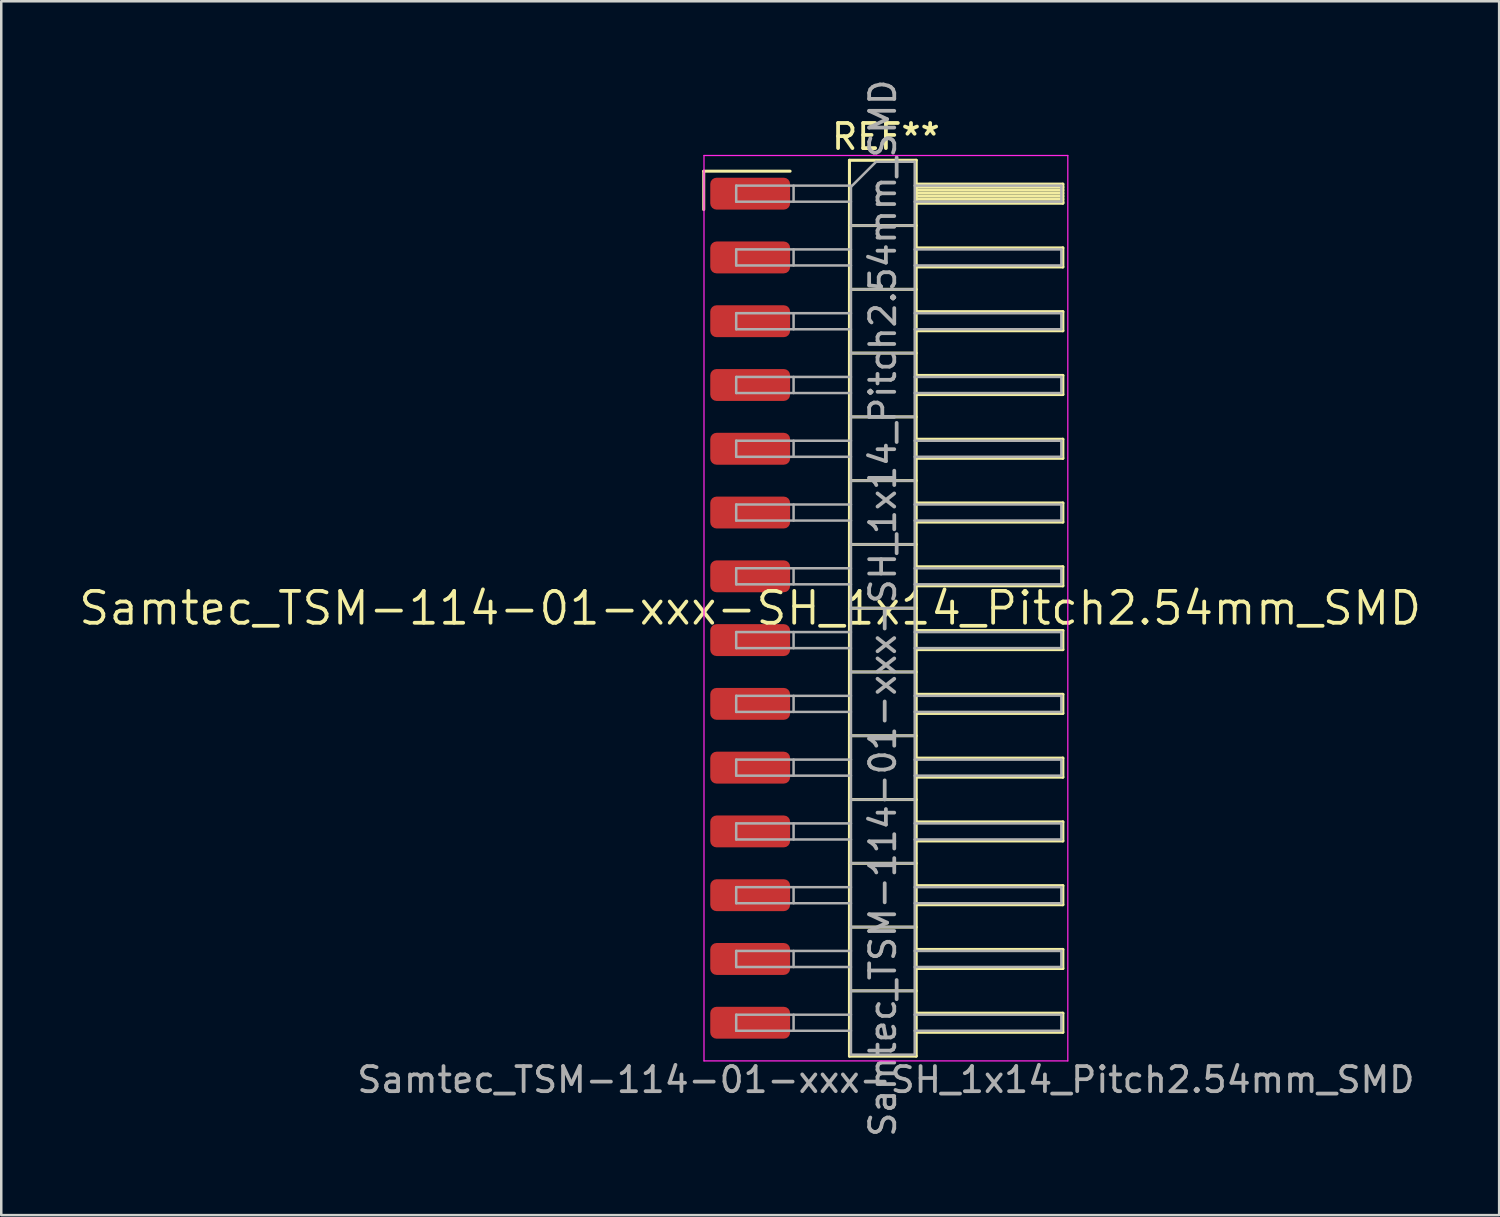
<source format=kicad_pcb>
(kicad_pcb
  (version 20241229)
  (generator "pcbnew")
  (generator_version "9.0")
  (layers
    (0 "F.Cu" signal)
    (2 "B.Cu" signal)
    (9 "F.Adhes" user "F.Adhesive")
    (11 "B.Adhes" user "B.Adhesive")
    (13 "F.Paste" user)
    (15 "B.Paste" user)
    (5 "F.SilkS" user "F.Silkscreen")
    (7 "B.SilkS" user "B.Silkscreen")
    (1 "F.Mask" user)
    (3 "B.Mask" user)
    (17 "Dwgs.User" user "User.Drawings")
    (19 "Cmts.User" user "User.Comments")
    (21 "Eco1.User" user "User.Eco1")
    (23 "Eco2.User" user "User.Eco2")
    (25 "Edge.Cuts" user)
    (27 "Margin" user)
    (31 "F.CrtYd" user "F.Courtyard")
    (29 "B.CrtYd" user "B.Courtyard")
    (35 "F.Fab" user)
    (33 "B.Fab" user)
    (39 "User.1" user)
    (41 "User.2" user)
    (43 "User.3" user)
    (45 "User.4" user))
  (footprint "Samtec_TSM-114-01-xxx-SH_1x14_Pitch2.54mm_SMD"
    (layer "F.Cu")
    (at 26.828 21.173)
    (property "Reference" "Samtec_TSM-114-01-xxx-SH_1x14_Pitch2.54mm_SMD" (at 0 0 0) (layer "F.SilkS") (effects (font (size 1.27 1.27) (thickness 0.15))))
    (attr smd)
    (fp_line (start -1.85 -17.405) (end 1.59 -17.405) (stroke (width 0.12) (type solid)) (layer "F.SilkS"))
    (fp_line (start -1.85 -15.875) (end -1.85 -17.405) (stroke (width 0.12) (type solid)) (layer "F.SilkS"))
    (fp_line (start 3.953 -17.84) (end 6.613 -17.84) (stroke (width 0.12) (type solid)) (layer "F.SilkS"))
    (fp_line (start 3.953 -15.24) (end 6.613 -15.24) (stroke (width 0.12) (type solid)) (layer "F.SilkS"))
    (fp_line (start 3.953 -12.7) (end 6.613 -12.7) (stroke (width 0.12) (type solid)) (layer "F.SilkS"))
    (fp_line (start 3.953 -10.16) (end 6.613 -10.16) (stroke (width 0.12) (type solid)) (layer "F.SilkS"))
    (fp_line (start 3.953 -7.62) (end 6.613 -7.62) (stroke (width 0.12) (type solid)) (layer "F.SilkS"))
    (fp_line (start 3.953 -5.08) (end 6.613 -5.08) (stroke (width 0.12) (type solid)) (layer "F.SilkS"))
    (fp_line (start 3.953 -2.54) (end 6.613 -2.54) (stroke (width 0.12) (type solid)) (layer "F.SilkS"))
    (fp_line (start 3.953 0) (end 6.613 0) (stroke (width 0.12) (type solid)) (layer "F.SilkS"))
    (fp_line (start 3.953 2.54) (end 6.613 2.54) (stroke (width 0.12) (type solid)) (layer "F.SilkS"))
    (fp_line (start 3.953 5.08) (end 6.613 5.08) (stroke (width 0.12) (type solid)) (layer "F.SilkS"))
    (fp_line (start 3.953 7.62) (end 6.613 7.62) (stroke (width 0.12) (type solid)) (layer "F.SilkS"))
    (fp_line (start 3.953 10.16) (end 6.613 10.16) (stroke (width 0.12) (type solid)) (layer "F.SilkS"))
    (fp_line (start 3.953 12.7) (end 6.613 12.7) (stroke (width 0.12) (type solid)) (layer "F.SilkS"))
    (fp_line (start 3.953 15.24) (end 6.613 15.24) (stroke (width 0.12) (type solid)) (layer "F.SilkS"))
    (fp_line (start 3.953 17.84) (end 3.953 -17.84) (stroke (width 0.12) (type solid)) (layer "F.SilkS"))
    (fp_line (start 6.613 -17.84) (end 6.613 17.84) (stroke (width 0.12) (type solid)) (layer "F.SilkS"))
    (fp_line (start 6.613 -16.89) (end 12.453 -16.89) (stroke (width 0.12) (type solid)) (layer "F.SilkS"))
    (fp_line (start 6.613 -16.77) (end 12.453 -16.77) (stroke (width 0.12) (type solid)) (layer "F.SilkS"))
    (fp_line (start 6.613 -16.65) (end 12.453 -16.65) (stroke (width 0.12) (type solid)) (layer "F.SilkS"))
    (fp_line (start 6.613 -16.53) (end 12.453 -16.53) (stroke (width 0.12) (type solid)) (layer "F.SilkS"))
    (fp_line (start 6.613 -16.41) (end 12.453 -16.41) (stroke (width 0.12) (type solid)) (layer "F.SilkS"))
    (fp_line (start 6.613 -16.29) (end 12.453 -16.29) (stroke (width 0.12) (type solid)) (layer "F.SilkS"))
    (fp_line (start 6.613 -16.17) (end 12.453 -16.17) (stroke (width 0.12) (type solid)) (layer "F.SilkS"))
    (fp_line (start 6.613 -16.13) (end 12.453 -16.13) (stroke (width 0.12) (type solid)) (layer "F.SilkS"))
    (fp_line (start 6.613 -14.35) (end 12.453 -14.35) (stroke (width 0.12) (type solid)) (layer "F.SilkS"))
    (fp_line (start 6.613 -13.59) (end 12.453 -13.59) (stroke (width 0.12) (type solid)) (layer "F.SilkS"))
    (fp_line (start 6.613 -11.81) (end 12.453 -11.81) (stroke (width 0.12) (type solid)) (layer "F.SilkS"))
    (fp_line (start 6.613 -11.05) (end 12.453 -11.05) (stroke (width 0.12) (type solid)) (layer "F.SilkS"))
    (fp_line (start 6.613 -9.27) (end 12.453 -9.27) (stroke (width 0.12) (type solid)) (layer "F.SilkS"))
    (fp_line (start 6.613 -8.51) (end 12.453 -8.51) (stroke (width 0.12) (type solid)) (layer "F.SilkS"))
    (fp_line (start 6.613 -6.73) (end 12.453 -6.73) (stroke (width 0.12) (type solid)) (layer "F.SilkS"))
    (fp_line (start 6.613 -5.97) (end 12.453 -5.97) (stroke (width 0.12) (type solid)) (layer "F.SilkS"))
    (fp_line (start 6.613 -4.19) (end 12.453 -4.19) (stroke (width 0.12) (type solid)) (layer "F.SilkS"))
    (fp_line (start 6.613 -3.43) (end 12.453 -3.43) (stroke (width 0.12) (type solid)) (layer "F.SilkS"))
    (fp_line (start 6.613 -1.65) (end 12.453 -1.65) (stroke (width 0.12) (type solid)) (layer "F.SilkS"))
    (fp_line (start 6.613 -0.89) (end 12.453 -0.89) (stroke (width 0.12) (type solid)) (layer "F.SilkS"))
    (fp_line (start 6.613 0.89) (end 12.453 0.89) (stroke (width 0.12) (type solid)) (layer "F.SilkS"))
    (fp_line (start 6.613 1.65) (end 12.453 1.65) (stroke (width 0.12) (type solid)) (layer "F.SilkS"))
    (fp_line (start 6.613 3.43) (end 12.453 3.43) (stroke (width 0.12) (type solid)) (layer "F.SilkS"))
    (fp_line (start 6.613 4.19) (end 12.453 4.19) (stroke (width 0.12) (type solid)) (layer "F.SilkS"))
    (fp_line (start 6.613 5.97) (end 12.453 5.97) (stroke (width 0.12) (type solid)) (layer "F.SilkS"))
    (fp_line (start 6.613 6.73) (end 12.453 6.73) (stroke (width 0.12) (type solid)) (layer "F.SilkS"))
    (fp_line (start 6.613 8.51) (end 12.453 8.51) (stroke (width 0.12) (type solid)) (layer "F.SilkS"))
    (fp_line (start 6.613 9.27) (end 12.453 9.27) (stroke (width 0.12) (type solid)) (layer "F.SilkS"))
    (fp_line (start 6.613 11.05) (end 12.453 11.05) (stroke (width 0.12) (type solid)) (layer "F.SilkS"))
    (fp_line (start 6.613 11.81) (end 12.453 11.81) (stroke (width 0.12) (type solid)) (layer "F.SilkS"))
    (fp_line (start 6.613 13.59) (end 12.453 13.59) (stroke (width 0.12) (type solid)) (layer "F.SilkS"))
    (fp_line (start 6.613 14.35) (end 12.453 14.35) (stroke (width 0.12) (type solid)) (layer "F.SilkS"))
    (fp_line (start 6.613 16.13) (end 12.453 16.13) (stroke (width 0.12) (type solid)) (layer "F.SilkS"))
    (fp_line (start 6.613 16.89) (end 12.453 16.89) (stroke (width 0.12) (type solid)) (layer "F.SilkS"))
    (fp_line (start 6.613 17.84) (end 3.953 17.84) (stroke (width 0.12) (type solid)) (layer "F.SilkS"))
    (fp_line (start 12.453 -16.89) (end 12.453 -16.13) (stroke (width 0.12) (type solid)) (layer "F.SilkS"))
    (fp_line (start 12.453 -14.35) (end 12.453 -13.59) (stroke (width 0.12) (type solid)) (layer "F.SilkS"))
    (fp_line (start 12.453 -11.81) (end 12.453 -11.05) (stroke (width 0.12) (type solid)) (layer "F.SilkS"))
    (fp_line (start 12.453 -9.27) (end 12.453 -8.51) (stroke (width 0.12) (type solid)) (layer "F.SilkS"))
    (fp_line (start 12.453 -6.73) (end 12.453 -5.97) (stroke (width 0.12) (type solid)) (layer "F.SilkS"))
    (fp_line (start 12.453 -4.19) (end 12.453 -3.43) (stroke (width 0.12) (type solid)) (layer "F.SilkS"))
    (fp_line (start 12.453 -1.65) (end 12.453 -0.89) (stroke (width 0.12) (type solid)) (layer "F.SilkS"))
    (fp_line (start 12.453 0.89) (end 12.453 1.65) (stroke (width 0.12) (type solid)) (layer "F.SilkS"))
    (fp_line (start 12.453 3.43) (end 12.453 4.19) (stroke (width 0.12) (type solid)) (layer "F.SilkS"))
    (fp_line (start 12.453 5.97) (end 12.453 6.73) (stroke (width 0.12) (type solid)) (layer "F.SilkS"))
    (fp_line (start 12.453 8.51) (end 12.453 9.27) (stroke (width 0.12) (type solid)) (layer "F.SilkS"))
    (fp_line (start 12.453 11.05) (end 12.453 11.81) (stroke (width 0.12) (type solid)) (layer "F.SilkS"))
    (fp_line (start 12.453 13.59) (end 12.453 14.35) (stroke (width 0.12) (type solid)) (layer "F.SilkS"))
    (fp_line (start 12.453 16.13) (end 12.453 16.89) (stroke (width 0.12) (type solid)) (layer "F.SilkS"))
    (fp_line (start -1.84 -18.03) (end 12.65 -18.03) (stroke (width 0.05) (type solid)) (layer "F.CrtYd"))
    (fp_line (start -1.84 18.03) (end -1.84 -18.03) (stroke (width 0.05) (type solid)) (layer "F.CrtYd"))
    (fp_line (start 12.65 -18.03) (end 12.65 18.03) (stroke (width 0.05) (type solid)) (layer "F.CrtYd"))
    (fp_line (start 12.65 18.03) (end -1.84 18.03) (stroke (width 0.05) (type solid)) (layer "F.CrtYd"))
    (fp_line (start -0.557 -16.83) (end -0.557 -16.19) (stroke (width 0.1) (type solid)) (layer "F.Fab"))
    (fp_line (start -0.557 -16.83) (end 4.013 -16.83) (stroke (width 0.1) (type solid)) (layer "F.Fab"))
    (fp_line (start -0.557 -16.19) (end 4.013 -16.19) (stroke (width 0.1) (type solid)) (layer "F.Fab"))
    (fp_line (start -0.557 -14.29) (end -0.557 -13.65) (stroke (width 0.1) (type solid)) (layer "F.Fab"))
    (fp_line (start -0.557 -14.29) (end 4.013 -14.29) (stroke (width 0.1) (type solid)) (layer "F.Fab"))
    (fp_line (start -0.557 -13.65) (end 4.013 -13.65) (stroke (width 0.1) (type solid)) (layer "F.Fab"))
    (fp_line (start -0.557 -11.75) (end -0.557 -11.11) (stroke (width 0.1) (type solid)) (layer "F.Fab"))
    (fp_line (start -0.557 -11.75) (end 4.013 -11.75) (stroke (width 0.1) (type solid)) (layer "F.Fab"))
    (fp_line (start -0.557 -11.11) (end 4.013 -11.11) (stroke (width 0.1) (type solid)) (layer "F.Fab"))
    (fp_line (start -0.557 -9.21) (end -0.557 -8.57) (stroke (width 0.1) (type solid)) (layer "F.Fab"))
    (fp_line (start -0.557 -9.21) (end 4.013 -9.21) (stroke (width 0.1) (type solid)) (layer "F.Fab"))
    (fp_line (start -0.557 -8.57) (end 4.013 -8.57) (stroke (width 0.1) (type solid)) (layer "F.Fab"))
    (fp_line (start -0.557 -6.67) (end -0.557 -6.03) (stroke (width 0.1) (type solid)) (layer "F.Fab"))
    (fp_line (start -0.557 -6.67) (end 4.013 -6.67) (stroke (width 0.1) (type solid)) (layer "F.Fab"))
    (fp_line (start -0.557 -6.03) (end 4.013 -6.03) (stroke (width 0.1) (type solid)) (layer "F.Fab"))
    (fp_line (start -0.557 -4.13) (end -0.557 -3.49) (stroke (width 0.1) (type solid)) (layer "F.Fab"))
    (fp_line (start -0.557 -4.13) (end 4.013 -4.13) (stroke (width 0.1) (type solid)) (layer "F.Fab"))
    (fp_line (start -0.557 -3.49) (end 4.013 -3.49) (stroke (width 0.1) (type solid)) (layer "F.Fab"))
    (fp_line (start -0.557 -1.59) (end -0.557 -0.95) (stroke (width 0.1) (type solid)) (layer "F.Fab"))
    (fp_line (start -0.557 -1.59) (end 4.013 -1.59) (stroke (width 0.1) (type solid)) (layer "F.Fab"))
    (fp_line (start -0.557 -0.95) (end 4.013 -0.95) (stroke (width 0.1) (type solid)) (layer "F.Fab"))
    (fp_line (start -0.557 0.95) (end -0.557 1.59) (stroke (width 0.1) (type solid)) (layer "F.Fab"))
    (fp_line (start -0.557 0.95) (end 4.013 0.95) (stroke (width 0.1) (type solid)) (layer "F.Fab"))
    (fp_line (start -0.557 1.59) (end 4.013 1.59) (stroke (width 0.1) (type solid)) (layer "F.Fab"))
    (fp_line (start -0.557 3.49) (end -0.557 4.13) (stroke (width 0.1) (type solid)) (layer "F.Fab"))
    (fp_line (start -0.557 3.49) (end 4.013 3.49) (stroke (width 0.1) (type solid)) (layer "F.Fab"))
    (fp_line (start -0.557 4.13) (end 4.013 4.13) (stroke (width 0.1) (type solid)) (layer "F.Fab"))
    (fp_line (start -0.557 6.03) (end -0.557 6.67) (stroke (width 0.1) (type solid)) (layer "F.Fab"))
    (fp_line (start -0.557 6.03) (end 4.013 6.03) (stroke (width 0.1) (type solid)) (layer "F.Fab"))
    (fp_line (start -0.557 6.67) (end 4.013 6.67) (stroke (width 0.1) (type solid)) (layer "F.Fab"))
    (fp_line (start -0.557 8.57) (end -0.557 9.21) (stroke (width 0.1) (type solid)) (layer "F.Fab"))
    (fp_line (start -0.557 8.57) (end 4.013 8.57) (stroke (width 0.1) (type solid)) (layer "F.Fab"))
    (fp_line (start -0.557 9.21) (end 4.013 9.21) (stroke (width 0.1) (type solid)) (layer "F.Fab"))
    (fp_line (start -0.557 11.11) (end -0.557 11.75) (stroke (width 0.1) (type solid)) (layer "F.Fab"))
    (fp_line (start -0.557 11.11) (end 4.013 11.11) (stroke (width 0.1) (type solid)) (layer "F.Fab"))
    (fp_line (start -0.557 11.75) (end 4.013 11.75) (stroke (width 0.1) (type solid)) (layer "F.Fab"))
    (fp_line (start -0.557 13.65) (end -0.557 14.29) (stroke (width 0.1) (type solid)) (layer "F.Fab"))
    (fp_line (start -0.557 13.65) (end 4.013 13.65) (stroke (width 0.1) (type solid)) (layer "F.Fab"))
    (fp_line (start -0.557 14.29) (end 4.013 14.29) (stroke (width 0.1) (type solid)) (layer "F.Fab"))
    (fp_line (start -0.557 16.19) (end -0.557 16.83) (stroke (width 0.1) (type solid)) (layer "F.Fab"))
    (fp_line (start -0.557 16.19) (end 4.013 16.19) (stroke (width 0.1) (type solid)) (layer "F.Fab"))
    (fp_line (start -0.557 16.83) (end 4.013 16.83) (stroke (width 0.1) (type solid)) (layer "F.Fab"))
    (fp_line (start 1.728 -16.83) (end 1.728 -16.19) (stroke (width 0.1) (type solid)) (layer "F.Fab"))
    (fp_line (start 1.728 -14.29) (end 1.728 -13.65) (stroke (width 0.1) (type solid)) (layer "F.Fab"))
    (fp_line (start 1.728 -11.75) (end 1.728 -11.11) (stroke (width 0.1) (type solid)) (layer "F.Fab"))
    (fp_line (start 1.728 -9.21) (end 1.728 -8.57) (stroke (width 0.1) (type solid)) (layer "F.Fab"))
    (fp_line (start 1.728 -6.67) (end 1.728 -6.03) (stroke (width 0.1) (type solid)) (layer "F.Fab"))
    (fp_line (start 1.728 -4.13) (end 1.728 -3.49) (stroke (width 0.1) (type solid)) (layer "F.Fab"))
    (fp_line (start 1.728 -1.59) (end 1.728 -0.95) (stroke (width 0.1) (type solid)) (layer "F.Fab"))
    (fp_line (start 1.728 0.95) (end 1.728 1.59) (stroke (width 0.1) (type solid)) (layer "F.Fab"))
    (fp_line (start 1.728 3.49) (end 1.728 4.13) (stroke (width 0.1) (type solid)) (layer "F.Fab"))
    (fp_line (start 1.728 6.03) (end 1.728 6.67) (stroke (width 0.1) (type solid)) (layer "F.Fab"))
    (fp_line (start 1.728 8.57) (end 1.728 9.21) (stroke (width 0.1) (type solid)) (layer "F.Fab"))
    (fp_line (start 1.728 11.11) (end 1.728 11.75) (stroke (width 0.1) (type solid)) (layer "F.Fab"))
    (fp_line (start 1.728 13.65) (end 1.728 14.29) (stroke (width 0.1) (type solid)) (layer "F.Fab"))
    (fp_line (start 1.728 16.19) (end 1.728 16.83) (stroke (width 0.1) (type solid)) (layer "F.Fab"))
    (fp_line (start 4.013 -16.78) (end 5.013 -17.78) (stroke (width 0.1) (type solid)) (layer "F.Fab"))
    (fp_line (start 4.013 -15.24) (end 6.553 -15.24) (stroke (width 0.1) (type solid)) (layer "F.Fab"))
    (fp_line (start 4.013 -12.7) (end 6.553 -12.7) (stroke (width 0.1) (type solid)) (layer "F.Fab"))
    (fp_line (start 4.013 -10.16) (end 6.553 -10.16) (stroke (width 0.1) (type solid)) (layer "F.Fab"))
    (fp_line (start 4.013 -7.62) (end 6.553 -7.62) (stroke (width 0.1) (type solid)) (layer "F.Fab"))
    (fp_line (start 4.013 -5.08) (end 6.553 -5.08) (stroke (width 0.1) (type solid)) (layer "F.Fab"))
    (fp_line (start 4.013 -2.54) (end 6.553 -2.54) (stroke (width 0.1) (type solid)) (layer "F.Fab"))
    (fp_line (start 4.013 0) (end 6.553 0) (stroke (width 0.1) (type solid)) (layer "F.Fab"))
    (fp_line (start 4.013 2.54) (end 6.553 2.54) (stroke (width 0.1) (type solid)) (layer "F.Fab"))
    (fp_line (start 4.013 5.08) (end 6.553 5.08) (stroke (width 0.1) (type solid)) (layer "F.Fab"))
    (fp_line (start 4.013 7.62) (end 6.553 7.62) (stroke (width 0.1) (type solid)) (layer "F.Fab"))
    (fp_line (start 4.013 10.16) (end 6.553 10.16) (stroke (width 0.1) (type solid)) (layer "F.Fab"))
    (fp_line (start 4.013 12.7) (end 6.553 12.7) (stroke (width 0.1) (type solid)) (layer "F.Fab"))
    (fp_line (start 4.013 15.24) (end 6.553 15.24) (stroke (width 0.1) (type solid)) (layer "F.Fab"))
    (fp_line (start 4.013 17.78) (end 4.013 -16.78) (stroke (width 0.1) (type solid)) (layer "F.Fab"))
    (fp_line (start 5.013 -17.78) (end 6.553 -17.78) (stroke (width 0.1) (type solid)) (layer "F.Fab"))
    (fp_line (start 6.553 -17.78) (end 6.553 17.78) (stroke (width 0.1) (type solid)) (layer "F.Fab"))
    (fp_line (start 6.553 -16.83) (end 12.393 -16.83) (stroke (width 0.1) (type solid)) (layer "F.Fab"))
    (fp_line (start 6.553 -16.19) (end 12.393 -16.19) (stroke (width 0.1) (type solid)) (layer "F.Fab"))
    (fp_line (start 6.553 -14.29) (end 12.393 -14.29) (stroke (width 0.1) (type solid)) (layer "F.Fab"))
    (fp_line (start 6.553 -13.65) (end 12.393 -13.65) (stroke (width 0.1) (type solid)) (layer "F.Fab"))
    (fp_line (start 6.553 -11.75) (end 12.393 -11.75) (stroke (width 0.1) (type solid)) (layer "F.Fab"))
    (fp_line (start 6.553 -11.11) (end 12.393 -11.11) (stroke (width 0.1) (type solid)) (layer "F.Fab"))
    (fp_line (start 6.553 -9.21) (end 12.393 -9.21) (stroke (width 0.1) (type solid)) (layer "F.Fab"))
    (fp_line (start 6.553 -8.57) (end 12.393 -8.57) (stroke (width 0.1) (type solid)) (layer "F.Fab"))
    (fp_line (start 6.553 -6.67) (end 12.393 -6.67) (stroke (width 0.1) (type solid)) (layer "F.Fab"))
    (fp_line (start 6.553 -6.03) (end 12.393 -6.03) (stroke (width 0.1) (type solid)) (layer "F.Fab"))
    (fp_line (start 6.553 -4.13) (end 12.393 -4.13) (stroke (width 0.1) (type solid)) (layer "F.Fab"))
    (fp_line (start 6.553 -3.49) (end 12.393 -3.49) (stroke (width 0.1) (type solid)) (layer "F.Fab"))
    (fp_line (start 6.553 -1.59) (end 12.393 -1.59) (stroke (width 0.1) (type solid)) (layer "F.Fab"))
    (fp_line (start 6.553 -0.95) (end 12.393 -0.95) (stroke (width 0.1) (type solid)) (layer "F.Fab"))
    (fp_line (start 6.553 0.95) (end 12.393 0.95) (stroke (width 0.1) (type solid)) (layer "F.Fab"))
    (fp_line (start 6.553 1.59) (end 12.393 1.59) (stroke (width 0.1) (type solid)) (layer "F.Fab"))
    (fp_line (start 6.553 3.49) (end 12.393 3.49) (stroke (width 0.1) (type solid)) (layer "F.Fab"))
    (fp_line (start 6.553 4.13) (end 12.393 4.13) (stroke (width 0.1) (type solid)) (layer "F.Fab"))
    (fp_line (start 6.553 6.03) (end 12.393 6.03) (stroke (width 0.1) (type solid)) (layer "F.Fab"))
    (fp_line (start 6.553 6.67) (end 12.393 6.67) (stroke (width 0.1) (type solid)) (layer "F.Fab"))
    (fp_line (start 6.553 8.57) (end 12.393 8.57) (stroke (width 0.1) (type solid)) (layer "F.Fab"))
    (fp_line (start 6.553 9.21) (end 12.393 9.21) (stroke (width 0.1) (type solid)) (layer "F.Fab"))
    (fp_line (start 6.553 11.11) (end 12.393 11.11) (stroke (width 0.1) (type solid)) (layer "F.Fab"))
    (fp_line (start 6.553 11.75) (end 12.393 11.75) (stroke (width 0.1) (type solid)) (layer "F.Fab"))
    (fp_line (start 6.553 13.65) (end 12.393 13.65) (stroke (width 0.1) (type solid)) (layer "F.Fab"))
    (fp_line (start 6.553 14.29) (end 12.393 14.29) (stroke (width 0.1) (type solid)) (layer "F.Fab"))
    (fp_line (start 6.553 16.19) (end 12.393 16.19) (stroke (width 0.1) (type solid)) (layer "F.Fab"))
    (fp_line (start 6.553 16.83) (end 12.393 16.83) (stroke (width 0.1) (type solid)) (layer "F.Fab"))
    (fp_line (start 6.553 17.78) (end 4.013 17.78) (stroke (width 0.1) (type solid)) (layer "F.Fab"))
    (fp_line (start 12.393 -16.83) (end 12.393 -16.19) (stroke (width 0.1) (type solid)) (layer "F.Fab"))
    (fp_line (start 12.393 -14.29) (end 12.393 -13.65) (stroke (width 0.1) (type solid)) (layer "F.Fab"))
    (fp_line (start 12.393 -11.75) (end 12.393 -11.11) (stroke (width 0.1) (type solid)) (layer "F.Fab"))
    (fp_line (start 12.393 -9.21) (end 12.393 -8.57) (stroke (width 0.1) (type solid)) (layer "F.Fab"))
    (fp_line (start 12.393 -6.67) (end 12.393 -6.03) (stroke (width 0.1) (type solid)) (layer "F.Fab"))
    (fp_line (start 12.393 -4.13) (end 12.393 -3.49) (stroke (width 0.1) (type solid)) (layer "F.Fab"))
    (fp_line (start 12.393 -1.59) (end 12.393 -0.95) (stroke (width 0.1) (type solid)) (layer "F.Fab"))
    (fp_line (start 12.393 0.95) (end 12.393 1.59) (stroke (width 0.1) (type solid)) (layer "F.Fab"))
    (fp_line (start 12.393 3.49) (end 12.393 4.13) (stroke (width 0.1) (type solid)) (layer "F.Fab"))
    (fp_line (start 12.393 6.03) (end 12.393 6.67) (stroke (width 0.1) (type solid)) (layer "F.Fab"))
    (fp_line (start 12.393 8.57) (end 12.393 9.21) (stroke (width 0.1) (type solid)) (layer "F.Fab"))
    (fp_line (start 12.393 11.11) (end 12.393 11.75) (stroke (width 0.1) (type solid)) (layer "F.Fab"))
    (fp_line (start 12.393 13.65) (end 12.393 14.29) (stroke (width 0.1) (type solid)) (layer "F.Fab"))
    (fp_line (start 12.393 16.19) (end 12.393 16.83) (stroke (width 0.1) (type solid)) (layer "F.Fab"))
    (fp_text user "REF**" (at 5.405 -18.78 0) (layer "F.SilkS") (effects (font (size 1 1) (thickness 0.15))))
    (fp_text user "${REFERENCE}" (at 5.283 0 90) (layer "F.Fab") (effects (font (size 1 1) (thickness 0.15))))
    (fp_text user "Samtec_TSM-114-01-xxx-SH_1x14_Pitch2.54mm_SMD" (at 5.405 18.78 0) (layer "F.Fab") (effects (font (size 1 1) (thickness 0.15))))
    (pad "1" smd roundrect (at 0 -16.51) (size 3.18 1.27) (layers "F.Cu" "F.Mask" "F.Paste") (roundrect_rratio 0.197))
    (pad "2" smd roundrect (at 0 -13.97) (size 3.18 1.27) (layers "F.Cu" "F.Mask" "F.Paste") (roundrect_rratio 0.197))
    (pad "3" smd roundrect (at 0 -11.43) (size 3.18 1.27) (layers "F.Cu" "F.Mask" "F.Paste") (roundrect_rratio 0.197))
    (pad "4" smd roundrect (at 0 -8.89) (size 3.18 1.27) (layers "F.Cu" "F.Mask" "F.Paste") (roundrect_rratio 0.197))
    (pad "5" smd roundrect (at 0 -6.35) (size 3.18 1.27) (layers "F.Cu" "F.Mask" "F.Paste") (roundrect_rratio 0.197))
    (pad "6" smd roundrect (at 0 -3.81) (size 3.18 1.27) (layers "F.Cu" "F.Mask" "F.Paste") (roundrect_rratio 0.197))
    (pad "7" smd roundrect (at 0 -1.27) (size 3.18 1.27) (layers "F.Cu" "F.Mask" "F.Paste") (roundrect_rratio 0.197))
    (pad "8" smd roundrect (at 0 1.27) (size 3.18 1.27) (layers "F.Cu" "F.Mask" "F.Paste") (roundrect_rratio 0.197))
    (pad "9" smd roundrect (at 0 3.81) (size 3.18 1.27) (layers "F.Cu" "F.Mask" "F.Paste") (roundrect_rratio 0.197))
    (pad "10" smd roundrect (at 0 6.35) (size 3.18 1.27) (layers "F.Cu" "F.Mask" "F.Paste") (roundrect_rratio 0.197))
    (pad "11" smd roundrect (at 0 8.89) (size 3.18 1.27) (layers "F.Cu" "F.Mask" "F.Paste") (roundrect_rratio 0.197))
    (pad "12" smd roundrect (at 0 11.43) (size 3.18 1.27) (layers "F.Cu" "F.Mask" "F.Paste") (roundrect_rratio 0.197))
    (pad "13" smd roundrect (at 0 13.97) (size 3.18 1.27) (layers "F.Cu" "F.Mask" "F.Paste") (roundrect_rratio 0.197))
    (pad "14" smd roundrect (at 0 16.51) (size 3.18 1.27) (layers "F.Cu" "F.Mask" "F.Paste") (roundrect_rratio 0.197)))
  (gr_rect
    (start -3 -3)
    (end 56.657 45.345)
    (stroke (width 0.1) (type default))
    (fill no)
    (layer "Edge.Cuts")))
</source>
